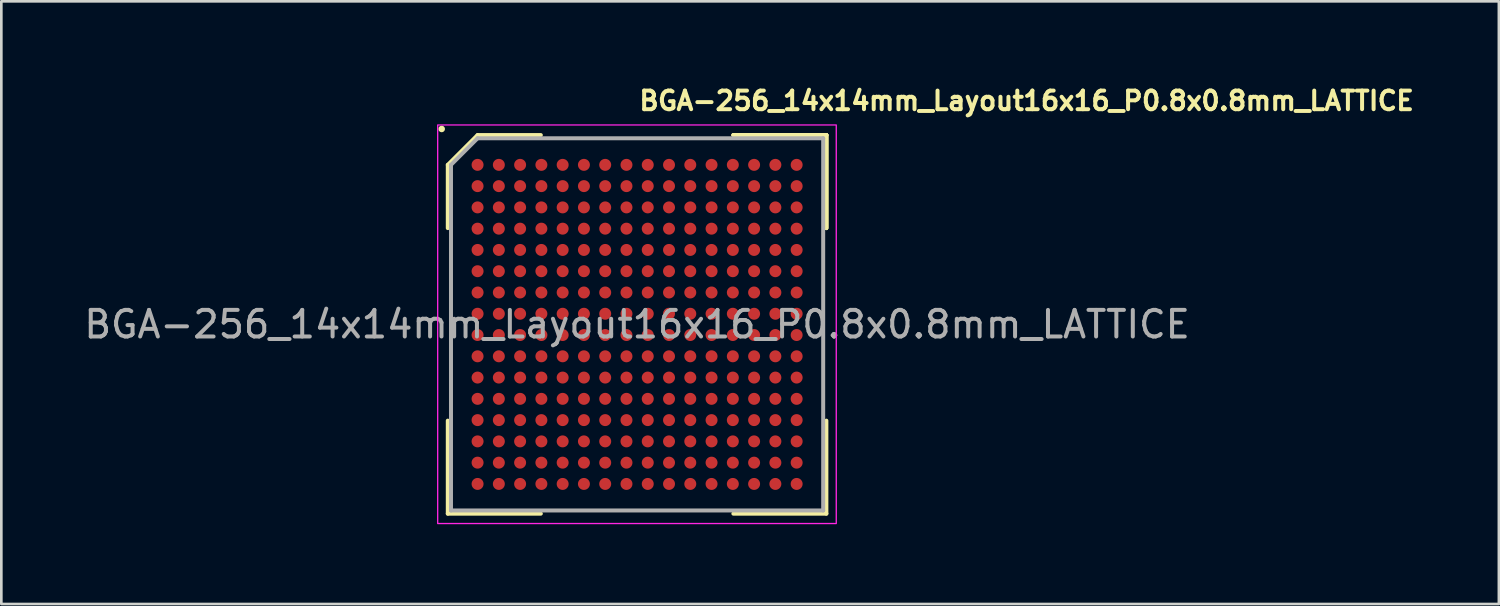
<source format=kicad_pcb>
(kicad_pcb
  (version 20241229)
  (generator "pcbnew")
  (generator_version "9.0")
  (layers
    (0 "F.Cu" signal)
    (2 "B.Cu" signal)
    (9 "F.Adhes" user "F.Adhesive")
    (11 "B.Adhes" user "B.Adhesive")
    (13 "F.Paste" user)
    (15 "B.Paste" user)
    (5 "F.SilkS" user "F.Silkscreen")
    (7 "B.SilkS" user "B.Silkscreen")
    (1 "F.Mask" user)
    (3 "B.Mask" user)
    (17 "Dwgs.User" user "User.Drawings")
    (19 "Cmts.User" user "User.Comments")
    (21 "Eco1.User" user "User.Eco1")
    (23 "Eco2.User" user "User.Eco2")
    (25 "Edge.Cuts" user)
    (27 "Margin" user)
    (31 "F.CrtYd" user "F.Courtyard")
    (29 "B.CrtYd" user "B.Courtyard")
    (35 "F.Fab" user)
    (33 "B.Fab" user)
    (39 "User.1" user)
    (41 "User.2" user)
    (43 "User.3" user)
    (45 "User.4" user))
  (footprint "BGA-256_14x14mm_Layout16x16_P0.8x0.8mm_LATTICE"
    (layer "F.Cu")
    (at 20.911 9.15)
    (property "Reference" "BGA-256_14x14mm_Layout16x16_P0.8x0.8mm_LATTICE" (at 0 -8 0) (layer "F.SilkS") (effects (font (size 0.7 0.7) (thickness 0.15)) (justify left bottom)))
    (attr smd)
    (fp_line (start -7.12 -6) (end -7.12 -3.621) (stroke (width 0.15) (type solid)) (layer "F.SilkS"))
    (fp_line (start -7.12 7.118) (end -7.12 3.62) (stroke (width 0.15) (type solid)) (layer "F.SilkS"))
    (fp_line (start -6 -7.12) (end -7.12 -6) (stroke (width 0.15) (type solid)) (layer "F.SilkS"))
    (fp_line (start -3.621 -7.12) (end -6 -7.12) (stroke (width 0.15) (type solid)) (layer "F.SilkS"))
    (fp_line (start -3.621 7.118) (end -7.12 7.118) (stroke (width 0.15) (type solid)) (layer "F.SilkS"))
    (fp_line (start 3.62 -7.12) (end 7.118 -7.12) (stroke (width 0.15) (type solid)) (layer "F.SilkS"))
    (fp_line (start 3.62 -7.12) (end 7.118 -7.12) (stroke (width 0.15) (type solid)) (layer "F.SilkS"))
    (fp_line (start 3.62 -7.12) (end 7.118 -7.12) (stroke (width 0.15) (type solid)) (layer "F.SilkS"))
    (fp_line (start 3.62 7.118) (end 7.118 7.118) (stroke (width 0.15) (type solid)) (layer "F.SilkS"))
    (fp_line (start 7.118 -7.12) (end 7.118 -3.621) (stroke (width 0.15) (type solid)) (layer "F.SilkS"))
    (fp_line (start 7.118 -7.12) (end 7.118 -3.621) (stroke (width 0.15) (type solid)) (layer "F.SilkS"))
    (fp_line (start 7.118 -7.12) (end 7.118 -3.621) (stroke (width 0.15) (type solid)) (layer "F.SilkS"))
    (fp_line (start 7.118 7.118) (end 7.118 3.62) (stroke (width 0.15) (type solid)) (layer "F.SilkS"))
    (fp_circle (center -7.35 -7.35) (end -7.301 -7.35) (stroke (width 0.15) (type solid)) (fill yes) (layer "F.SilkS"))
    (fp_rect (start -7.5 -7.5) (end 7.49 7.49) (stroke (width 0.05) (type solid)) (fill no) (layer "F.CrtYd"))
    (fp_line (start -7 -6) (end -7 6.998) (stroke (width 0.15) (type solid)) (layer "F.Fab"))
    (fp_line (start -7 6.998) (end 6.998 6.998) (stroke (width 0.15) (type solid)) (layer "F.Fab"))
    (fp_line (start -6 -7) (end -7 -6) (stroke (width 0.15) (type solid)) (layer "F.Fab"))
    (fp_line (start 6.998 -7) (end -6 -7) (stroke (width 0.15) (type solid)) (layer "F.Fab"))
    (fp_line (start 6.998 6.998) (end 6.998 -7) (stroke (width 0.15) (type solid)) (layer "F.Fab"))
    (fp_rect (start -7 -7) (end 6.998 6.998) (stroke (width 0.1) (type solid)) (fill no) (layer "User.5"))
    (fp_rect (start -7 -7) (end 6.999 6.999) (stroke (width 0.1) (type solid)) (fill no) (layer "User.5"))
    (fp_rect (start -7 -7) (end 6.999 6.999) (stroke (width 0.1) (type solid)) (fill no) (layer "User.5"))
    (fp_line (start -7 -7) (end -7 6.998) (stroke (width 0.02) (type solid)) (layer "User.9"))
    (fp_line (start -7 -7) (end -7 6.999) (stroke (width 0.02) (type solid)) (layer "User.9"))
    (fp_line (start -7 6.998) (end 6.998 6.998) (stroke (width 0.02) (type solid)) (layer "User.9"))
    (fp_line (start -7 6.999) (end 6.999 6.999) (stroke (width 0.02) (type solid)) (layer "User.9"))
    (fp_line (start 6.998 -7) (end -7 -7) (stroke (width 0.02) (type solid)) (layer "User.9"))
    (fp_line (start 6.998 6.998) (end 6.998 -7) (stroke (width 0.02) (type solid)) (layer "User.9"))
    (fp_line (start 6.999 -7) (end -7 -7) (stroke (width 0.02) (type solid)) (layer "User.9"))
    (fp_line (start 6.999 6.999) (end 6.999 -7) (stroke (width 0.02) (type solid)) (layer "User.9"))
    (fp_text user "${REFERENCE}" (at 0 0 0) (layer "F.Fab") (effects (font (size 1 1) (thickness 0.15))))
    (pad "A1" smd circle (at -6 -6) (size 0.45 0.45) (layers "F.Cu" "F.Mask" "F.Paste"))
    (pad "A2" smd circle (at -5.2 -6) (size 0.45 0.45) (layers "F.Cu" "F.Mask" "F.Paste"))
    (pad "A3" smd circle (at -4.4 -6) (size 0.45 0.45) (layers "F.Cu" "F.Mask" "F.Paste"))
    (pad "A4" smd circle (at -3.6 -6) (size 0.45 0.45) (layers "F.Cu" "F.Mask" "F.Paste"))
    (pad "A5" smd circle (at -2.8 -6) (size 0.45 0.45) (layers "F.Cu" "F.Mask" "F.Paste"))
    (pad "A6" smd circle (at -2 -6) (size 0.45 0.45) (layers "F.Cu" "F.Mask" "F.Paste"))
    (pad "A7" smd circle (at -1.2 -6) (size 0.45 0.45) (layers "F.Cu" "F.Mask" "F.Paste"))
    (pad "A8" smd circle (at -0.4 -6) (size 0.45 0.45) (layers "F.Cu" "F.Mask" "F.Paste"))
    (pad "A9" smd circle (at 0.4 -6) (size 0.45 0.45) (layers "F.Cu" "F.Mask" "F.Paste"))
    (pad "A10" smd circle (at 1.2 -6) (size 0.45 0.45) (layers "F.Cu" "F.Mask" "F.Paste"))
    (pad "A11" smd circle (at 2 -6) (size 0.45 0.45) (layers "F.Cu" "F.Mask" "F.Paste"))
    (pad "A12" smd circle (at 2.8 -6) (size 0.45 0.45) (layers "F.Cu" "F.Mask" "F.Paste"))
    (pad "A13" smd circle (at 3.6 -6) (size 0.45 0.45) (layers "F.Cu" "F.Mask" "F.Paste"))
    (pad "A14" smd circle (at 4.4 -6) (size 0.45 0.45) (layers "F.Cu" "F.Mask" "F.Paste"))
    (pad "A15" smd circle (at 5.2 -6) (size 0.45 0.45) (layers "F.Cu" "F.Mask" "F.Paste"))
    (pad "A16" smd circle (at 6 -6) (size 0.45 0.45) (layers "F.Cu" "F.Mask" "F.Paste"))
    (pad "B1" smd circle (at -6 -5.2) (size 0.45 0.45) (layers "F.Cu" "F.Mask" "F.Paste"))
    (pad "B2" smd circle (at -5.2 -5.2) (size 0.45 0.45) (layers "F.Cu" "F.Mask" "F.Paste"))
    (pad "B3" smd circle (at -4.4 -5.2) (size 0.45 0.45) (layers "F.Cu" "F.Mask" "F.Paste"))
    (pad "B4" smd circle (at -3.6 -5.2) (size 0.45 0.45) (layers "F.Cu" "F.Mask" "F.Paste"))
    (pad "B5" smd circle (at -2.8 -5.2) (size 0.45 0.45) (layers "F.Cu" "F.Mask" "F.Paste"))
    (pad "B6" smd circle (at -2 -5.2) (size 0.45 0.45) (layers "F.Cu" "F.Mask" "F.Paste"))
    (pad "B7" smd circle (at -1.2 -5.2) (size 0.45 0.45) (layers "F.Cu" "F.Mask" "F.Paste"))
    (pad "B8" smd circle (at -0.4 -5.2) (size 0.45 0.45) (layers "F.Cu" "F.Mask" "F.Paste"))
    (pad "B9" smd circle (at 0.4 -5.2) (size 0.45 0.45) (layers "F.Cu" "F.Mask" "F.Paste"))
    (pad "B10" smd circle (at 1.2 -5.2) (size 0.45 0.45) (layers "F.Cu" "F.Mask" "F.Paste"))
    (pad "B11" smd circle (at 2 -5.2) (size 0.45 0.45) (layers "F.Cu" "F.Mask" "F.Paste"))
    (pad "B12" smd circle (at 2.8 -5.2) (size 0.45 0.45) (layers "F.Cu" "F.Mask" "F.Paste"))
    (pad "B13" smd circle (at 3.6 -5.2) (size 0.45 0.45) (layers "F.Cu" "F.Mask" "F.Paste"))
    (pad "B14" smd circle (at 4.4 -5.2) (size 0.45 0.45) (layers "F.Cu" "F.Mask" "F.Paste"))
    (pad "B15" smd circle (at 5.2 -5.2) (size 0.45 0.45) (layers "F.Cu" "F.Mask" "F.Paste"))
    (pad "B16" smd circle (at 6 -5.2) (size 0.45 0.45) (layers "F.Cu" "F.Mask" "F.Paste"))
    (pad "C1" smd circle (at -6 -4.4) (size 0.45 0.45) (layers "F.Cu" "F.Mask" "F.Paste"))
    (pad "C2" smd circle (at -5.2 -4.4) (size 0.45 0.45) (layers "F.Cu" "F.Mask" "F.Paste"))
    (pad "C3" smd circle (at -4.4 -4.4) (size 0.45 0.45) (layers "F.Cu" "F.Mask" "F.Paste"))
    (pad "C4" smd circle (at -3.6 -4.4) (size 0.45 0.45) (layers "F.Cu" "F.Mask" "F.Paste"))
    (pad "C5" smd circle (at -2.8 -4.4) (size 0.45 0.45) (layers "F.Cu" "F.Mask" "F.Paste"))
    (pad "C6" smd circle (at -2 -4.4) (size 0.45 0.45) (layers "F.Cu" "F.Mask" "F.Paste"))
    (pad "C7" smd circle (at -1.2 -4.4) (size 0.45 0.45) (layers "F.Cu" "F.Mask" "F.Paste"))
    (pad "C8" smd circle (at -0.4 -4.4) (size 0.45 0.45) (layers "F.Cu" "F.Mask" "F.Paste"))
    (pad "C9" smd circle (at 0.4 -4.4) (size 0.45 0.45) (layers "F.Cu" "F.Mask" "F.Paste"))
    (pad "C10" smd circle (at 1.2 -4.4) (size 0.45 0.45) (layers "F.Cu" "F.Mask" "F.Paste"))
    (pad "C11" smd circle (at 2 -4.4) (size 0.45 0.45) (layers "F.Cu" "F.Mask" "F.Paste"))
    (pad "C12" smd circle (at 2.8 -4.4) (size 0.45 0.45) (layers "F.Cu" "F.Mask" "F.Paste"))
    (pad "C13" smd circle (at 3.6 -4.4) (size 0.45 0.45) (layers "F.Cu" "F.Mask" "F.Paste"))
    (pad "C14" smd circle (at 4.4 -4.4) (size 0.45 0.45) (layers "F.Cu" "F.Mask" "F.Paste"))
    (pad "C15" smd circle (at 5.2 -4.4) (size 0.45 0.45) (layers "F.Cu" "F.Mask" "F.Paste"))
    (pad "C16" smd circle (at 6 -4.4) (size 0.45 0.45) (layers "F.Cu" "F.Mask" "F.Paste"))
    (pad "D1" smd circle (at -6 -3.6) (size 0.45 0.45) (layers "F.Cu" "F.Mask" "F.Paste"))
    (pad "D2" smd circle (at -5.2 -3.6) (size 0.45 0.45) (layers "F.Cu" "F.Mask" "F.Paste"))
    (pad "D3" smd circle (at -4.4 -3.6) (size 0.45 0.45) (layers "F.Cu" "F.Mask" "F.Paste"))
    (pad "D4" smd circle (at -3.6 -3.6) (size 0.45 0.45) (layers "F.Cu" "F.Mask" "F.Paste"))
    (pad "D5" smd circle (at -2.8 -3.6) (size 0.45 0.45) (layers "F.Cu" "F.Mask" "F.Paste"))
    (pad "D6" smd circle (at -2 -3.6) (size 0.45 0.45) (layers "F.Cu" "F.Mask" "F.Paste"))
    (pad "D7" smd circle (at -1.2 -3.6) (size 0.45 0.45) (layers "F.Cu" "F.Mask" "F.Paste"))
    (pad "D8" smd circle (at -0.4 -3.6) (size 0.45 0.45) (layers "F.Cu" "F.Mask" "F.Paste"))
    (pad "D9" smd circle (at 0.4 -3.6) (size 0.45 0.45) (layers "F.Cu" "F.Mask" "F.Paste"))
    (pad "D10" smd circle (at 1.2 -3.6) (size 0.45 0.45) (layers "F.Cu" "F.Mask" "F.Paste"))
    (pad "D11" smd circle (at 2 -3.6) (size 0.45 0.45) (layers "F.Cu" "F.Mask" "F.Paste"))
    (pad "D12" smd circle (at 2.8 -3.6) (size 0.45 0.45) (layers "F.Cu" "F.Mask" "F.Paste"))
    (pad "D13" smd circle (at 3.6 -3.6) (size 0.45 0.45) (layers "F.Cu" "F.Mask" "F.Paste"))
    (pad "D14" smd circle (at 4.4 -3.6) (size 0.45 0.45) (layers "F.Cu" "F.Mask" "F.Paste"))
    (pad "D15" smd circle (at 5.2 -3.6) (size 0.45 0.45) (layers "F.Cu" "F.Mask" "F.Paste"))
    (pad "D16" smd circle (at 6 -3.6) (size 0.45 0.45) (layers "F.Cu" "F.Mask" "F.Paste"))
    (pad "E1" smd circle (at -6 -2.8) (size 0.45 0.45) (layers "F.Cu" "F.Mask" "F.Paste"))
    (pad "E2" smd circle (at -5.2 -2.8) (size 0.45 0.45) (layers "F.Cu" "F.Mask" "F.Paste"))
    (pad "E3" smd circle (at -4.4 -2.8) (size 0.45 0.45) (layers "F.Cu" "F.Mask" "F.Paste"))
    (pad "E4" smd circle (at -3.6 -2.8) (size 0.45 0.45) (layers "F.Cu" "F.Mask" "F.Paste"))
    (pad "E5" smd circle (at -2.8 -2.8) (size 0.45 0.45) (layers "F.Cu" "F.Mask" "F.Paste"))
    (pad "E6" smd circle (at -2 -2.8) (size 0.45 0.45) (layers "F.Cu" "F.Mask" "F.Paste"))
    (pad "E7" smd circle (at -1.2 -2.8) (size 0.45 0.45) (layers "F.Cu" "F.Mask" "F.Paste"))
    (pad "E8" smd circle (at -0.4 -2.8) (size 0.45 0.45) (layers "F.Cu" "F.Mask" "F.Paste"))
    (pad "E9" smd circle (at 0.4 -2.8) (size 0.45 0.45) (layers "F.Cu" "F.Mask" "F.Paste"))
    (pad "E10" smd circle (at 1.2 -2.8) (size 0.45 0.45) (layers "F.Cu" "F.Mask" "F.Paste"))
    (pad "E11" smd circle (at 2 -2.8) (size 0.45 0.45) (layers "F.Cu" "F.Mask" "F.Paste"))
    (pad "E12" smd circle (at 2.8 -2.8) (size 0.45 0.45) (layers "F.Cu" "F.Mask" "F.Paste"))
    (pad "E13" smd circle (at 3.6 -2.8) (size 0.45 0.45) (layers "F.Cu" "F.Mask" "F.Paste"))
    (pad "E14" smd circle (at 4.4 -2.8) (size 0.45 0.45) (layers "F.Cu" "F.Mask" "F.Paste"))
    (pad "E15" smd circle (at 5.2 -2.8) (size 0.45 0.45) (layers "F.Cu" "F.Mask" "F.Paste"))
    (pad "E16" smd circle (at 6 -2.8) (size 0.45 0.45) (layers "F.Cu" "F.Mask" "F.Paste"))
    (pad "F1" smd circle (at -6 -2) (size 0.45 0.45) (layers "F.Cu" "F.Mask" "F.Paste"))
    (pad "F2" smd circle (at -5.2 -2) (size 0.45 0.45) (layers "F.Cu" "F.Mask" "F.Paste"))
    (pad "F3" smd circle (at -4.4 -2) (size 0.45 0.45) (layers "F.Cu" "F.Mask" "F.Paste"))
    (pad "F4" smd circle (at -3.6 -2) (size 0.45 0.45) (layers "F.Cu" "F.Mask" "F.Paste"))
    (pad "F5" smd circle (at -2.8 -2) (size 0.45 0.45) (layers "F.Cu" "F.Mask" "F.Paste"))
    (pad "F6" smd circle (at -2 -2) (size 0.45 0.45) (layers "F.Cu" "F.Mask" "F.Paste"))
    (pad "F7" smd circle (at -1.2 -2) (size 0.45 0.45) (layers "F.Cu" "F.Mask" "F.Paste"))
    (pad "F8" smd circle (at -0.4 -2) (size 0.45 0.45) (layers "F.Cu" "F.Mask" "F.Paste"))
    (pad "F9" smd circle (at 0.4 -2) (size 0.45 0.45) (layers "F.Cu" "F.Mask" "F.Paste"))
    (pad "F10" smd circle (at 1.2 -2) (size 0.45 0.45) (layers "F.Cu" "F.Mask" "F.Paste"))
    (pad "F11" smd circle (at 2 -2) (size 0.45 0.45) (layers "F.Cu" "F.Mask" "F.Paste"))
    (pad "F12" smd circle (at 2.8 -2) (size 0.45 0.45) (layers "F.Cu" "F.Mask" "F.Paste"))
    (pad "F13" smd circle (at 3.6 -2) (size 0.45 0.45) (layers "F.Cu" "F.Mask" "F.Paste"))
    (pad "F14" smd circle (at 4.4 -2) (size 0.45 0.45) (layers "F.Cu" "F.Mask" "F.Paste"))
    (pad "F15" smd circle (at 5.2 -2) (size 0.45 0.45) (layers "F.Cu" "F.Mask" "F.Paste"))
    (pad "F16" smd circle (at 6 -2) (size 0.45 0.45) (layers "F.Cu" "F.Mask" "F.Paste"))
    (pad "G1" smd circle (at -6 -1.2) (size 0.45 0.45) (layers "F.Cu" "F.Mask" "F.Paste"))
    (pad "G2" smd circle (at -5.2 -1.2) (size 0.45 0.45) (layers "F.Cu" "F.Mask" "F.Paste"))
    (pad "G3" smd circle (at -4.4 -1.2) (size 0.45 0.45) (layers "F.Cu" "F.Mask" "F.Paste"))
    (pad "G4" smd circle (at -3.6 -1.2) (size 0.45 0.45) (layers "F.Cu" "F.Mask" "F.Paste"))
    (pad "G5" smd circle (at -2.8 -1.2) (size 0.45 0.45) (layers "F.Cu" "F.Mask" "F.Paste"))
    (pad "G6" smd circle (at -2 -1.2) (size 0.45 0.45) (layers "F.Cu" "F.Mask" "F.Paste"))
    (pad "G7" smd circle (at -1.2 -1.2) (size 0.45 0.45) (layers "F.Cu" "F.Mask" "F.Paste"))
    (pad "G8" smd circle (at -0.4 -1.2) (size 0.45 0.45) (layers "F.Cu" "F.Mask" "F.Paste"))
    (pad "G9" smd circle (at 0.4 -1.2) (size 0.45 0.45) (layers "F.Cu" "F.Mask" "F.Paste"))
    (pad "G10" smd circle (at 1.2 -1.2) (size 0.45 0.45) (layers "F.Cu" "F.Mask" "F.Paste"))
    (pad "G11" smd circle (at 2 -1.2) (size 0.45 0.45) (layers "F.Cu" "F.Mask" "F.Paste"))
    (pad "G12" smd circle (at 2.8 -1.2) (size 0.45 0.45) (layers "F.Cu" "F.Mask" "F.Paste"))
    (pad "G13" smd circle (at 3.6 -1.2) (size 0.45 0.45) (layers "F.Cu" "F.Mask" "F.Paste"))
    (pad "G14" smd circle (at 4.4 -1.2) (size 0.45 0.45) (layers "F.Cu" "F.Mask" "F.Paste"))
    (pad "G15" smd circle (at 5.2 -1.2) (size 0.45 0.45) (layers "F.Cu" "F.Mask" "F.Paste"))
    (pad "G16" smd circle (at 6 -1.2) (size 0.45 0.45) (layers "F.Cu" "F.Mask" "F.Paste"))
    (pad "H1" smd circle (at -6 -0.4) (size 0.45 0.45) (layers "F.Cu" "F.Mask" "F.Paste"))
    (pad "H2" smd circle (at -5.2 -0.4) (size 0.45 0.45) (layers "F.Cu" "F.Mask" "F.Paste"))
    (pad "H3" smd circle (at -4.4 -0.4) (size 0.45 0.45) (layers "F.Cu" "F.Mask" "F.Paste"))
    (pad "H4" smd circle (at -3.6 -0.4) (size 0.45 0.45) (layers "F.Cu" "F.Mask" "F.Paste"))
    (pad "H5" smd circle (at -2.8 -0.4) (size 0.45 0.45) (layers "F.Cu" "F.Mask" "F.Paste"))
    (pad "H6" smd circle (at -2 -0.4) (size 0.45 0.45) (layers "F.Cu" "F.Mask" "F.Paste"))
    (pad "H7" smd circle (at -1.2 -0.4) (size 0.45 0.45) (layers "F.Cu" "F.Mask" "F.Paste"))
    (pad "H8" smd circle (at -0.4 -0.4) (size 0.45 0.45) (layers "F.Cu" "F.Mask" "F.Paste"))
    (pad "H9" smd circle (at 0.4 -0.4) (size 0.45 0.45) (layers "F.Cu" "F.Mask" "F.Paste"))
    (pad "H10" smd circle (at 1.2 -0.4) (size 0.45 0.45) (layers "F.Cu" "F.Mask" "F.Paste"))
    (pad "H11" smd circle (at 2 -0.4) (size 0.45 0.45) (layers "F.Cu" "F.Mask" "F.Paste"))
    (pad "H12" smd circle (at 2.8 -0.4) (size 0.45 0.45) (layers "F.Cu" "F.Mask" "F.Paste"))
    (pad "H13" smd circle (at 3.6 -0.4) (size 0.45 0.45) (layers "F.Cu" "F.Mask" "F.Paste"))
    (pad "H14" smd circle (at 4.4 -0.4) (size 0.45 0.45) (layers "F.Cu" "F.Mask" "F.Paste"))
    (pad "H15" smd circle (at 5.2 -0.4) (size 0.45 0.45) (layers "F.Cu" "F.Mask" "F.Paste"))
    (pad "H16" smd circle (at 6 -0.4) (size 0.45 0.45) (layers "F.Cu" "F.Mask" "F.Paste"))
    (pad "J1" smd circle (at -6 0.4) (size 0.45 0.45) (layers "F.Cu" "F.Mask" "F.Paste"))
    (pad "J2" smd circle (at -5.2 0.4) (size 0.45 0.45) (layers "F.Cu" "F.Mask" "F.Paste"))
    (pad "J3" smd circle (at -4.4 0.4) (size 0.45 0.45) (layers "F.Cu" "F.Mask" "F.Paste"))
    (pad "J4" smd circle (at -3.6 0.4) (size 0.45 0.45) (layers "F.Cu" "F.Mask" "F.Paste"))
    (pad "J5" smd circle (at -2.8 0.4) (size 0.45 0.45) (layers "F.Cu" "F.Mask" "F.Paste"))
    (pad "J6" smd circle (at -2 0.4) (size 0.45 0.45) (layers "F.Cu" "F.Mask" "F.Paste"))
    (pad "J7" smd circle (at -1.2 0.4) (size 0.45 0.45) (layers "F.Cu" "F.Mask" "F.Paste"))
    (pad "J8" smd circle (at -0.4 0.4) (size 0.45 0.45) (layers "F.Cu" "F.Mask" "F.Paste"))
    (pad "J9" smd circle (at 0.4 0.4) (size 0.45 0.45) (layers "F.Cu" "F.Mask" "F.Paste"))
    (pad "J10" smd circle (at 1.2 0.4) (size 0.45 0.45) (layers "F.Cu" "F.Mask" "F.Paste"))
    (pad "J11" smd circle (at 2 0.4) (size 0.45 0.45) (layers "F.Cu" "F.Mask" "F.Paste"))
    (pad "J12" smd circle (at 2.8 0.4) (size 0.45 0.45) (layers "F.Cu" "F.Mask" "F.Paste"))
    (pad "J13" smd circle (at 3.6 0.4) (size 0.45 0.45) (layers "F.Cu" "F.Mask" "F.Paste"))
    (pad "J14" smd circle (at 4.4 0.4) (size 0.45 0.45) (layers "F.Cu" "F.Mask" "F.Paste"))
    (pad "J15" smd circle (at 5.2 0.4) (size 0.45 0.45) (layers "F.Cu" "F.Mask" "F.Paste"))
    (pad "J16" smd circle (at 6 0.4) (size 0.45 0.45) (layers "F.Cu" "F.Mask" "F.Paste"))
    (pad "K1" smd circle (at -6 1.2) (size 0.45 0.45) (layers "F.Cu" "F.Mask" "F.Paste"))
    (pad "K2" smd circle (at -5.2 1.2) (size 0.45 0.45) (layers "F.Cu" "F.Mask" "F.Paste"))
    (pad "K3" smd circle (at -4.4 1.2) (size 0.45 0.45) (layers "F.Cu" "F.Mask" "F.Paste"))
    (pad "K4" smd circle (at -3.6 1.2) (size 0.45 0.45) (layers "F.Cu" "F.Mask" "F.Paste"))
    (pad "K5" smd circle (at -2.8 1.2) (size 0.45 0.45) (layers "F.Cu" "F.Mask" "F.Paste"))
    (pad "K6" smd circle (at -2 1.2) (size 0.45 0.45) (layers "F.Cu" "F.Mask" "F.Paste"))
    (pad "K7" smd circle (at -1.2 1.2) (size 0.45 0.45) (layers "F.Cu" "F.Mask" "F.Paste"))
    (pad "K8" smd circle (at -0.4 1.2) (size 0.45 0.45) (layers "F.Cu" "F.Mask" "F.Paste"))
    (pad "K9" smd circle (at 0.4 1.2) (size 0.45 0.45) (layers "F.Cu" "F.Mask" "F.Paste"))
    (pad "K10" smd circle (at 1.2 1.2) (size 0.45 0.45) (layers "F.Cu" "F.Mask" "F.Paste"))
    (pad "K11" smd circle (at 2 1.2) (size 0.45 0.45) (layers "F.Cu" "F.Mask" "F.Paste"))
    (pad "K12" smd circle (at 2.8 1.2) (size 0.45 0.45) (layers "F.Cu" "F.Mask" "F.Paste"))
    (pad "K13" smd circle (at 3.6 1.2) (size 0.45 0.45) (layers "F.Cu" "F.Mask" "F.Paste"))
    (pad "K14" smd circle (at 4.4 1.2) (size 0.45 0.45) (layers "F.Cu" "F.Mask" "F.Paste"))
    (pad "K15" smd circle (at 5.2 1.2) (size 0.45 0.45) (layers "F.Cu" "F.Mask" "F.Paste"))
    (pad "K16" smd circle (at 6 1.2) (size 0.45 0.45) (layers "F.Cu" "F.Mask" "F.Paste"))
    (pad "L1" smd circle (at -6 2) (size 0.45 0.45) (layers "F.Cu" "F.Mask" "F.Paste"))
    (pad "L2" smd circle (at -5.2 2) (size 0.45 0.45) (layers "F.Cu" "F.Mask" "F.Paste"))
    (pad "L3" smd circle (at -4.4 2) (size 0.45 0.45) (layers "F.Cu" "F.Mask" "F.Paste"))
    (pad "L4" smd circle (at -3.6 2) (size 0.45 0.45) (layers "F.Cu" "F.Mask" "F.Paste"))
    (pad "L5" smd circle (at -2.8 2) (size 0.45 0.45) (layers "F.Cu" "F.Mask" "F.Paste"))
    (pad "L6" smd circle (at -2 2) (size 0.45 0.45) (layers "F.Cu" "F.Mask" "F.Paste"))
    (pad "L7" smd circle (at -1.2 2) (size 0.45 0.45) (layers "F.Cu" "F.Mask" "F.Paste"))
    (pad "L8" smd circle (at -0.4 2) (size 0.45 0.45) (layers "F.Cu" "F.Mask" "F.Paste"))
    (pad "L9" smd circle (at 0.4 2) (size 0.45 0.45) (layers "F.Cu" "F.Mask" "F.Paste"))
    (pad "L10" smd circle (at 1.2 2) (size 0.45 0.45) (layers "F.Cu" "F.Mask" "F.Paste"))
    (pad "L11" smd circle (at 2 2) (size 0.45 0.45) (layers "F.Cu" "F.Mask" "F.Paste"))
    (pad "L12" smd circle (at 2.8 2) (size 0.45 0.45) (layers "F.Cu" "F.Mask" "F.Paste"))
    (pad "L13" smd circle (at 3.6 2) (size 0.45 0.45) (layers "F.Cu" "F.Mask" "F.Paste"))
    (pad "L14" smd circle (at 4.4 2) (size 0.45 0.45) (layers "F.Cu" "F.Mask" "F.Paste"))
    (pad "L15" smd circle (at 5.2 2) (size 0.45 0.45) (layers "F.Cu" "F.Mask" "F.Paste"))
    (pad "L16" smd circle (at 6 2) (size 0.45 0.45) (layers "F.Cu" "F.Mask" "F.Paste"))
    (pad "M1" smd circle (at -6 2.8) (size 0.45 0.45) (layers "F.Cu" "F.Mask" "F.Paste"))
    (pad "M2" smd circle (at -5.2 2.8) (size 0.45 0.45) (layers "F.Cu" "F.Mask" "F.Paste"))
    (pad "M3" smd circle (at -4.4 2.8) (size 0.45 0.45) (layers "F.Cu" "F.Mask" "F.Paste"))
    (pad "M4" smd circle (at -3.6 2.8) (size 0.45 0.45) (layers "F.Cu" "F.Mask" "F.Paste"))
    (pad "M5" smd circle (at -2.8 2.8) (size 0.45 0.45) (layers "F.Cu" "F.Mask" "F.Paste"))
    (pad "M6" smd circle (at -2 2.8) (size 0.45 0.45) (layers "F.Cu" "F.Mask" "F.Paste"))
    (pad "M7" smd circle (at -1.2 2.8) (size 0.45 0.45) (layers "F.Cu" "F.Mask" "F.Paste"))
    (pad "M8" smd circle (at -0.4 2.8) (size 0.45 0.45) (layers "F.Cu" "F.Mask" "F.Paste"))
    (pad "M9" smd circle (at 0.4 2.8) (size 0.45 0.45) (layers "F.Cu" "F.Mask" "F.Paste"))
    (pad "M10" smd circle (at 1.2 2.8) (size 0.45 0.45) (layers "F.Cu" "F.Mask" "F.Paste"))
    (pad "M11" smd circle (at 2 2.8) (size 0.45 0.45) (layers "F.Cu" "F.Mask" "F.Paste"))
    (pad "M12" smd circle (at 2.8 2.8) (size 0.45 0.45) (layers "F.Cu" "F.Mask" "F.Paste"))
    (pad "M13" smd circle (at 3.6 2.8) (size 0.45 0.45) (layers "F.Cu" "F.Mask" "F.Paste"))
    (pad "M14" smd circle (at 4.4 2.8) (size 0.45 0.45) (layers "F.Cu" "F.Mask" "F.Paste"))
    (pad "M15" smd circle (at 5.2 2.8) (size 0.45 0.45) (layers "F.Cu" "F.Mask" "F.Paste"))
    (pad "M16" smd circle (at 6 2.8) (size 0.45 0.45) (layers "F.Cu" "F.Mask" "F.Paste"))
    (pad "N1" smd circle (at -6 3.6) (size 0.45 0.45) (layers "F.Cu" "F.Mask" "F.Paste"))
    (pad "N2" smd circle (at -5.2 3.6) (size 0.45 0.45) (layers "F.Cu" "F.Mask" "F.Paste"))
    (pad "N3" smd circle (at -4.4 3.6) (size 0.45 0.45) (layers "F.Cu" "F.Mask" "F.Paste"))
    (pad "N4" smd circle (at -3.6 3.6) (size 0.45 0.45) (layers "F.Cu" "F.Mask" "F.Paste"))
    (pad "N5" smd circle (at -2.8 3.6) (size 0.45 0.45) (layers "F.Cu" "F.Mask" "F.Paste"))
    (pad "N6" smd circle (at -2 3.6) (size 0.45 0.45) (layers "F.Cu" "F.Mask" "F.Paste"))
    (pad "N7" smd circle (at -1.2 3.6) (size 0.45 0.45) (layers "F.Cu" "F.Mask" "F.Paste"))
    (pad "N8" smd circle (at -0.4 3.6) (size 0.45 0.45) (layers "F.Cu" "F.Mask" "F.Paste"))
    (pad "N9" smd circle (at 0.4 3.6) (size 0.45 0.45) (layers "F.Cu" "F.Mask" "F.Paste"))
    (pad "N10" smd circle (at 1.2 3.6) (size 0.45 0.45) (layers "F.Cu" "F.Mask" "F.Paste"))
    (pad "N11" smd circle (at 2 3.6) (size 0.45 0.45) (layers "F.Cu" "F.Mask" "F.Paste"))
    (pad "N12" smd circle (at 2.8 3.6) (size 0.45 0.45) (layers "F.Cu" "F.Mask" "F.Paste"))
    (pad "N13" smd circle (at 3.6 3.6) (size 0.45 0.45) (layers "F.Cu" "F.Mask" "F.Paste"))
    (pad "N14" smd circle (at 4.4 3.6) (size 0.45 0.45) (layers "F.Cu" "F.Mask" "F.Paste"))
    (pad "N15" smd circle (at 5.2 3.6) (size 0.45 0.45) (layers "F.Cu" "F.Mask" "F.Paste"))
    (pad "N16" smd circle (at 6 3.6) (size 0.45 0.45) (layers "F.Cu" "F.Mask" "F.Paste"))
    (pad "P1" smd circle (at -6 4.4) (size 0.45 0.45) (layers "F.Cu" "F.Mask" "F.Paste"))
    (pad "P2" smd circle (at -5.2 4.4) (size 0.45 0.45) (layers "F.Cu" "F.Mask" "F.Paste"))
    (pad "P3" smd circle (at -4.4 4.4) (size 0.45 0.45) (layers "F.Cu" "F.Mask" "F.Paste"))
    (pad "P4" smd circle (at -3.6 4.4) (size 0.45 0.45) (layers "F.Cu" "F.Mask" "F.Paste"))
    (pad "P5" smd circle (at -2.8 4.4) (size 0.45 0.45) (layers "F.Cu" "F.Mask" "F.Paste"))
    (pad "P6" smd circle (at -2 4.4) (size 0.45 0.45) (layers "F.Cu" "F.Mask" "F.Paste"))
    (pad "P7" smd circle (at -1.2 4.4) (size 0.45 0.45) (layers "F.Cu" "F.Mask" "F.Paste"))
    (pad "P8" smd circle (at -0.4 4.4) (size 0.45 0.45) (layers "F.Cu" "F.Mask" "F.Paste"))
    (pad "P9" smd circle (at 0.4 4.4) (size 0.45 0.45) (layers "F.Cu" "F.Mask" "F.Paste"))
    (pad "P10" smd circle (at 1.2 4.4) (size 0.45 0.45) (layers "F.Cu" "F.Mask" "F.Paste"))
    (pad "P11" smd circle (at 2 4.4) (size 0.45 0.45) (layers "F.Cu" "F.Mask" "F.Paste"))
    (pad "P12" smd circle (at 2.8 4.4) (size 0.45 0.45) (layers "F.Cu" "F.Mask" "F.Paste"))
    (pad "P13" smd circle (at 3.6 4.4) (size 0.45 0.45) (layers "F.Cu" "F.Mask" "F.Paste"))
    (pad "P14" smd circle (at 4.4 4.4) (size 0.45 0.45) (layers "F.Cu" "F.Mask" "F.Paste"))
    (pad "P15" smd circle (at 5.2 4.4) (size 0.45 0.45) (layers "F.Cu" "F.Mask" "F.Paste"))
    (pad "P16" smd circle (at 6 4.4) (size 0.45 0.45) (layers "F.Cu" "F.Mask" "F.Paste"))
    (pad "R1" smd circle (at -6 5.2) (size 0.45 0.45) (layers "F.Cu" "F.Mask" "F.Paste"))
    (pad "R2" smd circle (at -5.2 5.2) (size 0.45 0.45) (layers "F.Cu" "F.Mask" "F.Paste"))
    (pad "R3" smd circle (at -4.4 5.2) (size 0.45 0.45) (layers "F.Cu" "F.Mask" "F.Paste"))
    (pad "R4" smd circle (at -3.6 5.2) (size 0.45 0.45) (layers "F.Cu" "F.Mask" "F.Paste"))
    (pad "R5" smd circle (at -2.8 5.2) (size 0.45 0.45) (layers "F.Cu" "F.Mask" "F.Paste"))
    (pad "R6" smd circle (at -2 5.2) (size 0.45 0.45) (layers "F.Cu" "F.Mask" "F.Paste"))
    (pad "R7" smd circle (at -1.2 5.2) (size 0.45 0.45) (layers "F.Cu" "F.Mask" "F.Paste"))
    (pad "R8" smd circle (at -0.4 5.2) (size 0.45 0.45) (layers "F.Cu" "F.Mask" "F.Paste"))
    (pad "R9" smd circle (at 0.4 5.2) (size 0.45 0.45) (layers "F.Cu" "F.Mask" "F.Paste"))
    (pad "R10" smd circle (at 1.2 5.2) (size 0.45 0.45) (layers "F.Cu" "F.Mask" "F.Paste"))
    (pad "R11" smd circle (at 2 5.2) (size 0.45 0.45) (layers "F.Cu" "F.Mask" "F.Paste"))
    (pad "R12" smd circle (at 2.8 5.2) (size 0.45 0.45) (layers "F.Cu" "F.Mask" "F.Paste"))
    (pad "R13" smd circle (at 3.6 5.2) (size 0.45 0.45) (layers "F.Cu" "F.Mask" "F.Paste"))
    (pad "R14" smd circle (at 4.4 5.2) (size 0.45 0.45) (layers "F.Cu" "F.Mask" "F.Paste"))
    (pad "R15" smd circle (at 5.2 5.2) (size 0.45 0.45) (layers "F.Cu" "F.Mask" "F.Paste"))
    (pad "R16" smd circle (at 6 5.2) (size 0.45 0.45) (layers "F.Cu" "F.Mask" "F.Paste"))
    (pad "T1" smd circle (at -6 6) (size 0.45 0.45) (layers "F.Cu" "F.Mask" "F.Paste"))
    (pad "T2" smd circle (at -5.2 6) (size 0.45 0.45) (layers "F.Cu" "F.Mask" "F.Paste"))
    (pad "T3" smd circle (at -4.4 6) (size 0.45 0.45) (layers "F.Cu" "F.Mask" "F.Paste"))
    (pad "T4" smd circle (at -3.6 6) (size 0.45 0.45) (layers "F.Cu" "F.Mask" "F.Paste"))
    (pad "T5" smd circle (at -2.8 6) (size 0.45 0.45) (layers "F.Cu" "F.Mask" "F.Paste"))
    (pad "T6" smd circle (at -2 6) (size 0.45 0.45) (layers "F.Cu" "F.Mask" "F.Paste"))
    (pad "T7" smd circle (at -1.2 6) (size 0.45 0.45) (layers "F.Cu" "F.Mask" "F.Paste"))
    (pad "T8" smd circle (at -0.4 6) (size 0.45 0.45) (layers "F.Cu" "F.Mask" "F.Paste"))
    (pad "T9" smd circle (at 0.4 6) (size 0.45 0.45) (layers "F.Cu" "F.Mask" "F.Paste"))
    (pad "T10" smd circle (at 1.2 6) (size 0.45 0.45) (layers "F.Cu" "F.Mask" "F.Paste"))
    (pad "T11" smd circle (at 2 6) (size 0.45 0.45) (layers "F.Cu" "F.Mask" "F.Paste"))
    (pad "T12" smd circle (at 2.8 6) (size 0.45 0.45) (layers "F.Cu" "F.Mask" "F.Paste"))
    (pad "T13" smd circle (at 3.6 6) (size 0.45 0.45) (layers "F.Cu" "F.Mask" "F.Paste"))
    (pad "T14" smd circle (at 4.4 6) (size 0.45 0.45) (layers "F.Cu" "F.Mask" "F.Paste"))
    (pad "T15" smd circle (at 5.2 6) (size 0.45 0.45) (layers "F.Cu" "F.Mask" "F.Paste"))
    (pad "T16" smd circle (at 6 6) (size 0.45 0.45) (layers "F.Cu" "F.Mask" "F.Paste")))
  (gr_rect
    (start -3 -3)
    (end 53.321 19.665)
    (stroke (width 0.1) (type default))
    (fill no)
    (layer "Edge.Cuts")))
</source>
